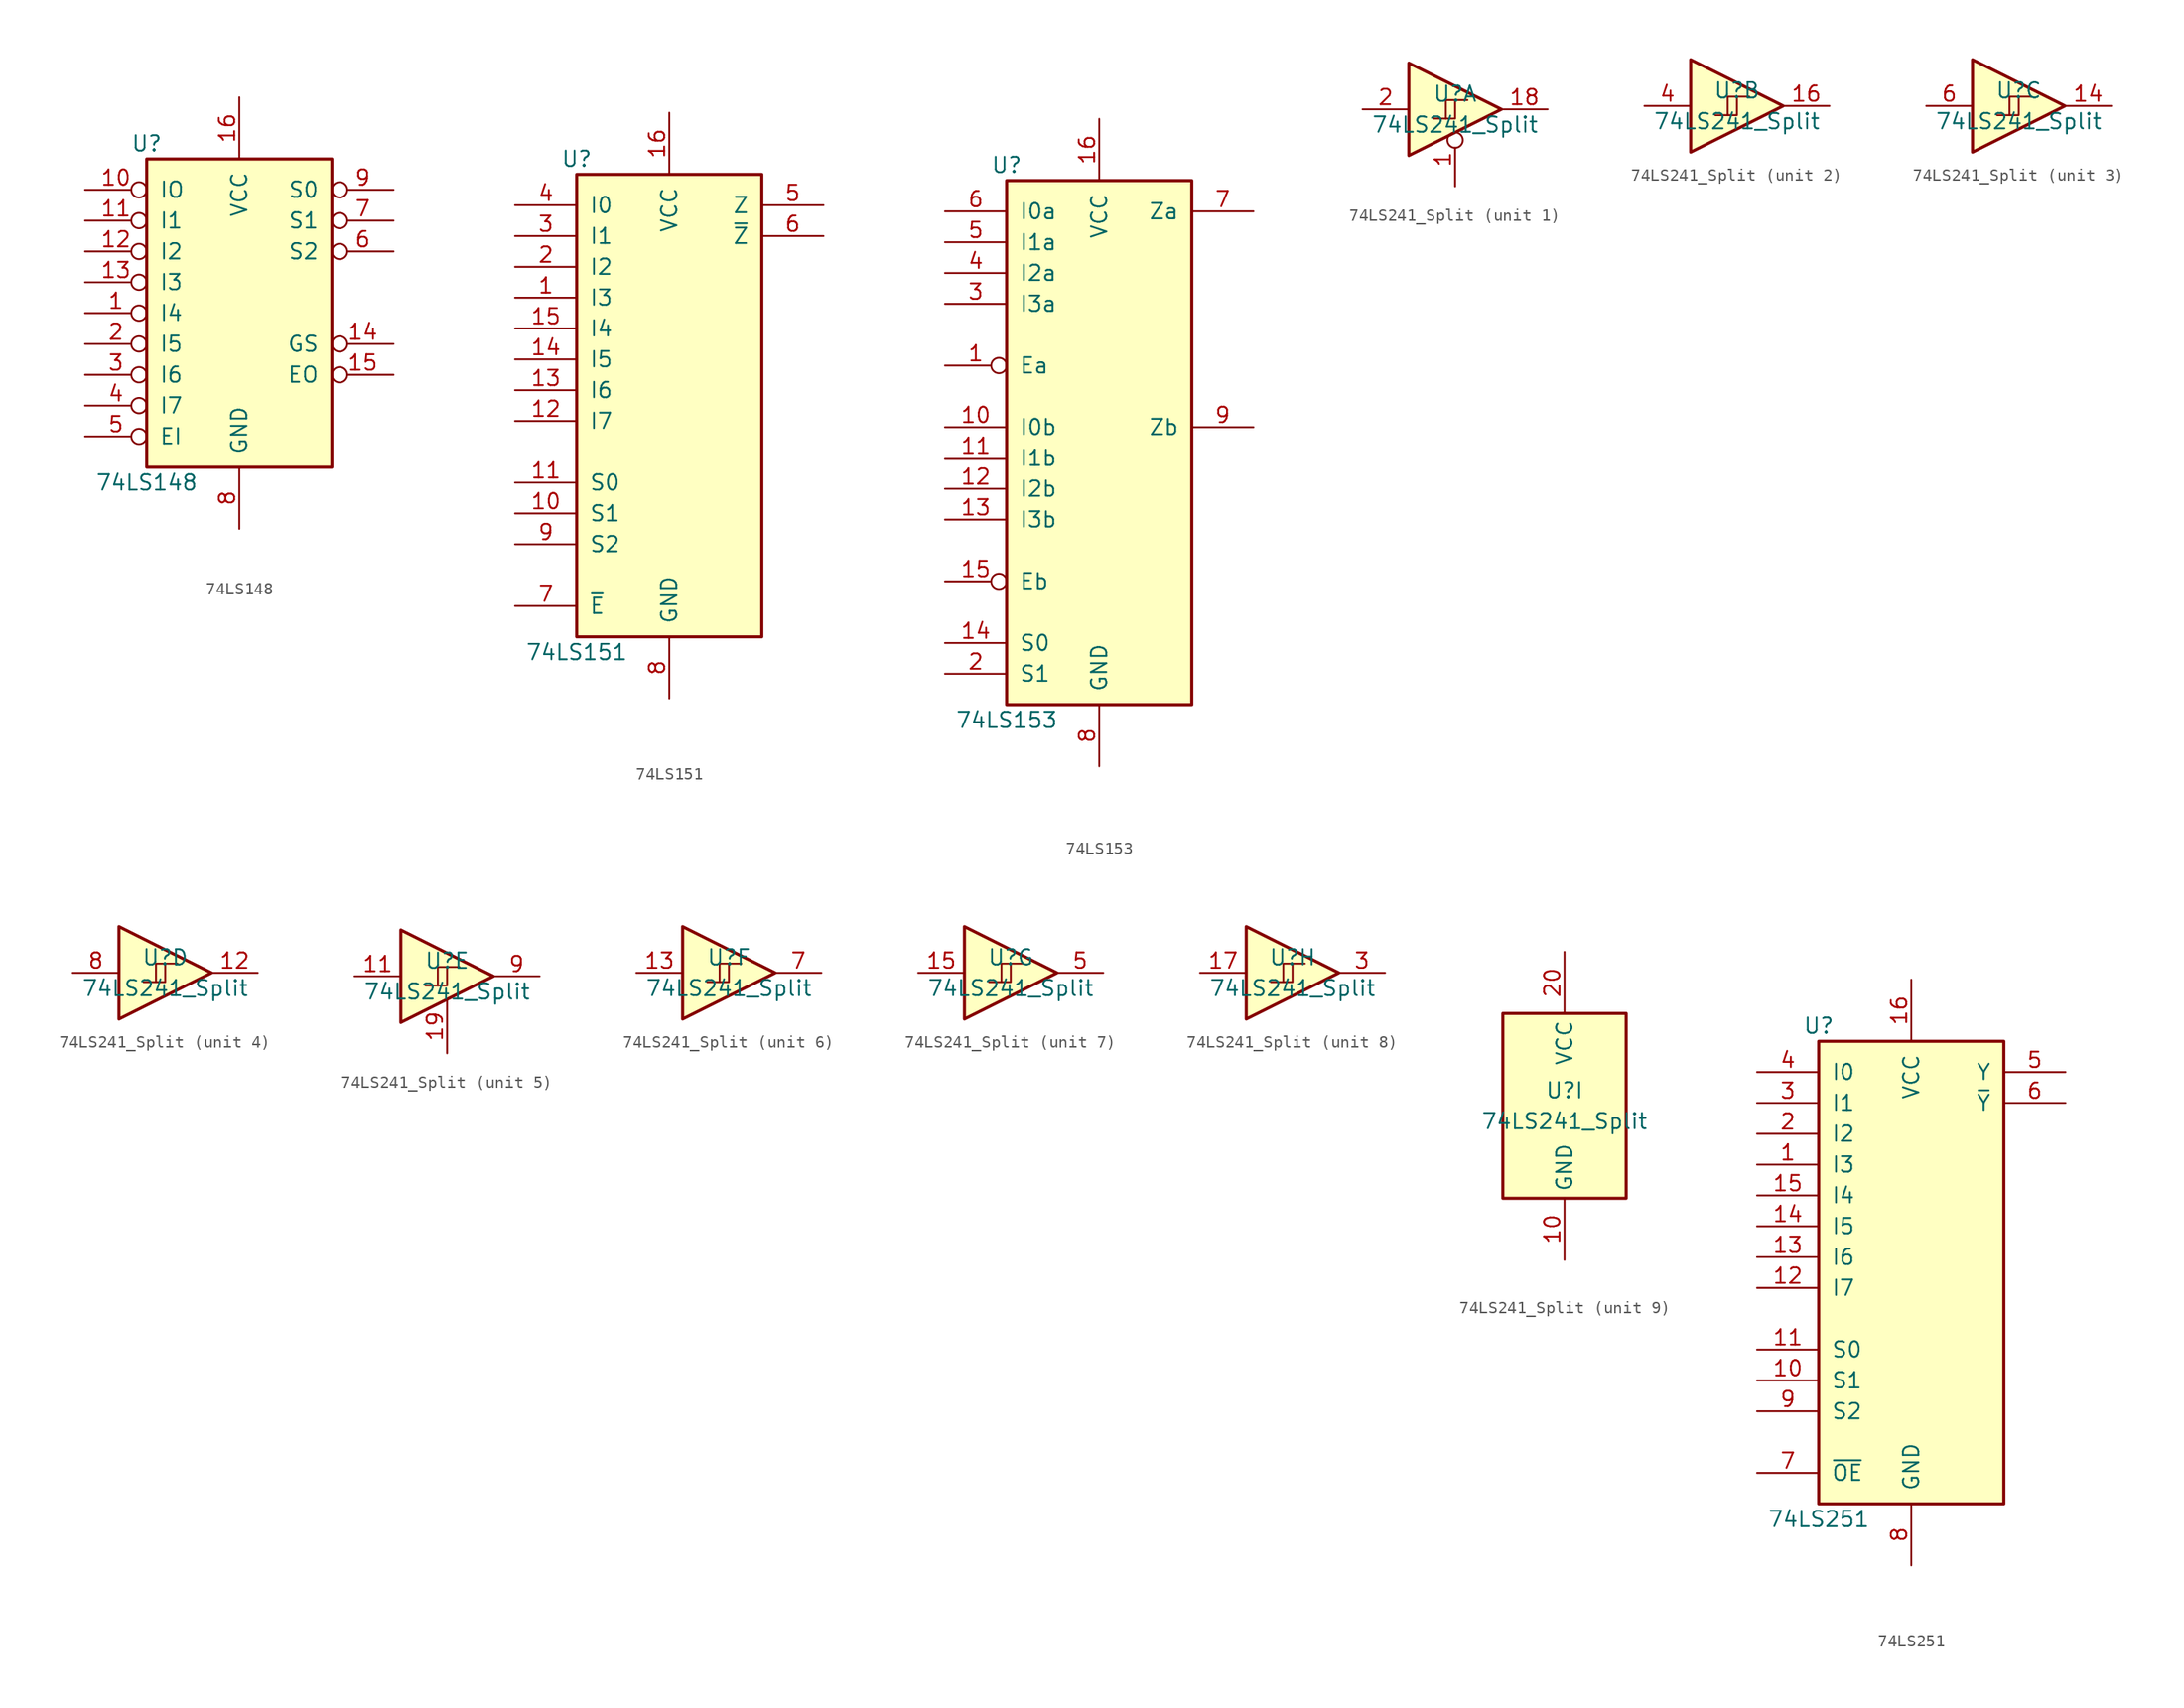
<source format=kicad_sym>
(kicad_symbol_lib
  (version 20241209)
  (generator "kicad_symbol_editor")
  (generator_version "9.0")
  (symbol "74LS148"
    (pin_names
      (offset 1.016))
    (property "Reference" "U"
      (at -7.62 13.97 0)
      (effects (font (size 1.27 1.27))))
    (property "Value" "74LS148"
      (at -7.62 -13.97 0)
      (effects (font (size 1.27 1.27))))
    (property "ki_locked" ""
      (at 0 0 0)
      (effects (font (size 1.27 1.27))))
    (symbol "74LS148_1_0"
      (pin input inverted (at -12.7 10.16 0) (length 5.08) (name "IO" (effects (font (size 1.27 1.27)))) (number "10" (effects (font (size 1.27 1.27)))))
      (pin input inverted (at -12.7 7.62 0) (length 5.08) (name "I1" (effects (font (size 1.27 1.27)))) (number "11" (effects (font (size 1.27 1.27)))))
      (pin input inverted (at -12.7 5.08 0) (length 5.08) (name "I2" (effects (font (size 1.27 1.27)))) (number "12" (effects (font (size 1.27 1.27)))))
      (pin input inverted (at -12.7 2.54 0) (length 5.08) (name "I3" (effects (font (size 1.27 1.27)))) (number "13" (effects (font (size 1.27 1.27)))))
      (pin input inverted (at -12.7 0 0) (length 5.08) (name "I4" (effects (font (size 1.27 1.27)))) (number "1" (effects (font (size 1.27 1.27)))))
      (pin input inverted (at -12.7 -2.54 0) (length 5.08) (name "I5" (effects (font (size 1.27 1.27)))) (number "2" (effects (font (size 1.27 1.27)))))
      (pin input inverted (at -12.7 -5.08 0) (length 5.08) (name "I6" (effects (font (size 1.27 1.27)))) (number "3" (effects (font (size 1.27 1.27)))))
      (pin input inverted (at -12.7 -7.62 0) (length 5.08) (name "I7" (effects (font (size 1.27 1.27)))) (number "4" (effects (font (size 1.27 1.27)))))
      (pin input inverted (at -12.7 -10.16 0) (length 5.08) (name "EI" (effects (font (size 1.27 1.27)))) (number "5" (effects (font (size 1.27 1.27)))))
      (pin power_in line (at 0 17.78 270) (length 5.08) (name "VCC" (effects (font (size 1.27 1.27)))) (number "16" (effects (font (size 1.27 1.27)))))
      (pin power_in line (at 0 -17.78 90) (length 5.08) (name "GND" (effects (font (size 1.27 1.27)))) (number "8" (effects (font (size 1.27 1.27)))))
      (pin output inverted (at 12.7 10.16 180) (length 5.08) (name "S0" (effects (font (size 1.27 1.27)))) (number "9" (effects (font (size 1.27 1.27)))))
      (pin output inverted (at 12.7 7.62 180) (length 5.08) (name "S1" (effects (font (size 1.27 1.27)))) (number "7" (effects (font (size 1.27 1.27)))))
      (pin output inverted (at 12.7 5.08 180) (length 5.08) (name "S2" (effects (font (size 1.27 1.27)))) (number "6" (effects (font (size 1.27 1.27)))))
      (pin output inverted (at 12.7 -2.54 180) (length 5.08) (name "GS" (effects (font (size 1.27 1.27)))) (number "14" (effects (font (size 1.27 1.27)))))
      (pin output inverted (at 12.7 -5.08 180) (length 5.08) (name "EO" (effects (font (size 1.27 1.27)))) (number "15" (effects (font (size 1.27 1.27))))))
    (symbol "74LS148_1_1"
      (rectangle (start -7.62 12.7) (end 7.62 -12.7) (stroke (width 0.254) (type solid)) (fill (type background)))))
  (symbol "74LS151"
    (pin_names
      (offset 1.016))
    (property "Reference" "U"
      (at -7.62 19.05 0)
      (effects (font (size 1.27 1.27))))
    (property "Value" "74LS151"
      (at -7.62 -21.59 0)
      (effects (font (size 1.27 1.27))))
    (property "ki_locked" ""
      (at 0 0 0)
      (effects (font (size 1.27 1.27))))
    (symbol "74LS151_1_0"
      (pin input line (at -12.7 15.24 0) (length 5.08) (name "I0" (effects (font (size 1.27 1.27)))) (number "4" (effects (font (size 1.27 1.27)))))
      (pin input line (at -12.7 12.7 0) (length 5.08) (name "I1" (effects (font (size 1.27 1.27)))) (number "3" (effects (font (size 1.27 1.27)))))
      (pin input line (at -12.7 10.16 0) (length 5.08) (name "I2" (effects (font (size 1.27 1.27)))) (number "2" (effects (font (size 1.27 1.27)))))
      (pin input line (at -12.7 7.62 0) (length 5.08) (name "I3" (effects (font (size 1.27 1.27)))) (number "1" (effects (font (size 1.27 1.27)))))
      (pin input line (at -12.7 5.08 0) (length 5.08) (name "I4" (effects (font (size 1.27 1.27)))) (number "15" (effects (font (size 1.27 1.27)))))
      (pin input line (at -12.7 2.54 0) (length 5.08) (name "I5" (effects (font (size 1.27 1.27)))) (number "14" (effects (font (size 1.27 1.27)))))
      (pin input line (at -12.7 0 0) (length 5.08) (name "I6" (effects (font (size 1.27 1.27)))) (number "13" (effects (font (size 1.27 1.27)))))
      (pin input line (at -12.7 -2.54 0) (length 5.08) (name "I7" (effects (font (size 1.27 1.27)))) (number "12" (effects (font (size 1.27 1.27)))))
      (pin input line (at -12.7 -7.62 0) (length 5.08) (name "S0" (effects (font (size 1.27 1.27)))) (number "11" (effects (font (size 1.27 1.27)))))
      (pin input line (at -12.7 -10.16 0) (length 5.08) (name "S1" (effects (font (size 1.27 1.27)))) (number "10" (effects (font (size 1.27 1.27)))))
      (pin input line (at -12.7 -12.7 0) (length 5.08) (name "S2" (effects (font (size 1.27 1.27)))) (number "9" (effects (font (size 1.27 1.27)))))
      (pin input line (at -12.7 -17.78 0) (length 5.08) (name "~{E}" (effects (font (size 1.27 1.27)))) (number "7" (effects (font (size 1.27 1.27)))))
      (pin power_in line (at 0 22.86 270) (length 5.08) (name "VCC" (effects (font (size 1.27 1.27)))) (number "16" (effects (font (size 1.27 1.27)))))
      (pin power_in line (at 0 -25.4 90) (length 5.08) (name "GND" (effects (font (size 1.27 1.27)))) (number "8" (effects (font (size 1.27 1.27)))))
      (pin output line (at 12.7 15.24 180) (length 5.08) (name "Z" (effects (font (size 1.27 1.27)))) (number "5" (effects (font (size 1.27 1.27)))))
      (pin output line (at 12.7 12.7 180) (length 5.08) (name "~{Z}" (effects (font (size 1.27 1.27)))) (number "6" (effects (font (size 1.27 1.27))))))
    (symbol "74LS151_1_1"
      (rectangle (start -7.62 17.78) (end 7.62 -20.32) (stroke (width 0.254) (type solid)) (fill (type background)))))
  (symbol "74LS153"
    (pin_names
      (offset 1.016))
    (property "Reference" "U"
      (at -7.62 21.59 0)
      (effects (font (size 1.27 1.27))))
    (property "Value" "74LS153"
      (at -7.62 -24.13 0)
      (effects (font (size 1.27 1.27))))
    (property "ki_locked" ""
      (at 0 0 0)
      (effects (font (size 1.27 1.27))))
    (symbol "74LS153_1_0"
      (pin input line (at -12.7 17.78 0) (length 5.08) (name "I0a" (effects (font (size 1.27 1.27)))) (number "6" (effects (font (size 1.27 1.27)))))
      (pin input line (at -12.7 15.24 0) (length 5.08) (name "I1a" (effects (font (size 1.27 1.27)))) (number "5" (effects (font (size 1.27 1.27)))))
      (pin input line (at -12.7 12.7 0) (length 5.08) (name "I2a" (effects (font (size 1.27 1.27)))) (number "4" (effects (font (size 1.27 1.27)))))
      (pin input line (at -12.7 10.16 0) (length 5.08) (name "I3a" (effects (font (size 1.27 1.27)))) (number "3" (effects (font (size 1.27 1.27)))))
      (pin input inverted (at -12.7 5.08 0) (length 5.08) (name "Ea" (effects (font (size 1.27 1.27)))) (number "1" (effects (font (size 1.27 1.27)))))
      (pin input line (at -12.7 0 0) (length 5.08) (name "I0b" (effects (font (size 1.27 1.27)))) (number "10" (effects (font (size 1.27 1.27)))))
      (pin input line (at -12.7 -2.54 0) (length 5.08) (name "I1b" (effects (font (size 1.27 1.27)))) (number "11" (effects (font (size 1.27 1.27)))))
      (pin input line (at -12.7 -5.08 0) (length 5.08) (name "I2b" (effects (font (size 1.27 1.27)))) (number "12" (effects (font (size 1.27 1.27)))))
      (pin input line (at -12.7 -7.62 0) (length 5.08) (name "I3b" (effects (font (size 1.27 1.27)))) (number "13" (effects (font (size 1.27 1.27)))))
      (pin input inverted (at -12.7 -12.7 0) (length 5.08) (name "Eb" (effects (font (size 1.27 1.27)))) (number "15" (effects (font (size 1.27 1.27)))))
      (pin input line (at -12.7 -17.78 0) (length 5.08) (name "S0" (effects (font (size 1.27 1.27)))) (number "14" (effects (font (size 1.27 1.27)))))
      (pin input line (at -12.7 -20.32 0) (length 5.08) (name "S1" (effects (font (size 1.27 1.27)))) (number "2" (effects (font (size 1.27 1.27)))))
      (pin power_in line (at 0 25.4 270) (length 5.08) (name "VCC" (effects (font (size 1.27 1.27)))) (number "16" (effects (font (size 1.27 1.27)))))
      (pin power_in line (at 0 -27.94 90) (length 5.08) (name "GND" (effects (font (size 1.27 1.27)))) (number "8" (effects (font (size 1.27 1.27)))))
      (pin output line (at 12.7 17.78 180) (length 5.08) (name "Za" (effects (font (size 1.27 1.27)))) (number "7" (effects (font (size 1.27 1.27)))))
      (pin output line (at 12.7 0 180) (length 5.08) (name "Zb" (effects (font (size 1.27 1.27)))) (number "9" (effects (font (size 1.27 1.27))))))
    (symbol "74LS153_1_1"
      (rectangle (start -7.62 20.32) (end 7.62 -22.86) (stroke (width 0.254) (type solid)) (fill (type background)))))
  (symbol "74LS241_Split"
    (property "Reference" "U"
      (at 0 1.27 0)
      (effects (font (size 1.27 1.27))))
    (property "Value" "74LS241_Split"
      (at 0 -1.27 0)
      (effects (font (size 1.27 1.27))))
    (property "ki_locked" ""
      (at 0 0 0)
      (effects (font (size 1.27 1.27))))
    (symbol "74LS241_Split_1_0"
      (polyline (pts (xy -3.81 3.81) (xy -3.81 -3.81) (xy 3.81 0) (xy -3.81 3.81)) (stroke (width 0.254) (type solid)) (fill (type background)))
      (pin input line (at -7.62 0 0) (length 3.81) (name "~" (effects (font (size 1.27 1.27)))) (number "2" (effects (font (size 1.27 1.27)))))
      (pin input inverted (at 0 -6.35 90) (length 4.445) (name "~" (effects (font (size 1.27 1.27)))) (number "1" (effects (font (size 1.27 1.27)))))
      (pin tri_state line (at 7.62 0 180) (length 3.81) (name "~" (effects (font (size 1.27 1.27)))) (number "18" (effects (font (size 1.27 1.27))))))
    (symbol "74LS241_Split_1_1"
      (polyline (pts (xy 0 0.762) (xy 0 -0.762) (xy -1.778 -0.762)) (stroke (width 0) (type solid)) (fill (type none)))
      (polyline (pts (xy 1.016 0.762) (xy -0.762 0.762) (xy -0.762 -0.762)) (stroke (width 0) (type solid)) (fill (type none))))
    (symbol "74LS241_Split_2_0"
      (polyline (pts (xy -3.81 3.81) (xy -3.81 -3.81) (xy 3.81 0) (xy -3.81 3.81)) (stroke (width 0.254) (type solid)) (fill (type background)))
      (pin input line (at -7.62 0 0) (length 3.81) (name "~" (effects (font (size 1.27 1.27)))) (number "4" (effects (font (size 1.27 1.27)))))
      (pin tri_state line (at 7.62 0 180) (length 3.81) (name "~" (effects (font (size 1.27 1.27)))) (number "16" (effects (font (size 1.27 1.27))))))
    (symbol "74LS241_Split_2_1"
      (polyline (pts (xy 0 0.762) (xy 0 -0.762) (xy -1.778 -0.762)) (stroke (width 0) (type solid)) (fill (type none)))
      (polyline (pts (xy 1.016 0.762) (xy -0.762 0.762) (xy -0.762 -0.762)) (stroke (width 0) (type solid)) (fill (type none))))
    (symbol "74LS241_Split_3_0"
      (polyline (pts (xy -3.81 3.81) (xy -3.81 -3.81) (xy 3.81 0) (xy -3.81 3.81)) (stroke (width 0.254) (type solid)) (fill (type background)))
      (pin input line (at -7.62 0 0) (length 3.81) (name "~" (effects (font (size 1.27 1.27)))) (number "6" (effects (font (size 1.27 1.27)))))
      (pin tri_state line (at 7.62 0 180) (length 3.81) (name "~" (effects (font (size 1.27 1.27)))) (number "14" (effects (font (size 1.27 1.27))))))
    (symbol "74LS241_Split_3_1"
      (polyline (pts (xy 0 0.762) (xy 0 -0.762) (xy -1.778 -0.762)) (stroke (width 0) (type solid)) (fill (type none)))
      (polyline (pts (xy 1.016 0.762) (xy -0.762 0.762) (xy -0.762 -0.762)) (stroke (width 0) (type solid)) (fill (type none))))
    (symbol "74LS241_Split_4_0"
      (polyline (pts (xy -3.81 3.81) (xy -3.81 -3.81) (xy 3.81 0) (xy -3.81 3.81)) (stroke (width 0.254) (type solid)) (fill (type background)))
      (pin input line (at -7.62 0 0) (length 3.81) (name "~" (effects (font (size 1.27 1.27)))) (number "8" (effects (font (size 1.27 1.27)))))
      (pin tri_state line (at 7.62 0 180) (length 3.81) (name "~" (effects (font (size 1.27 1.27)))) (number "12" (effects (font (size 1.27 1.27))))))
    (symbol "74LS241_Split_4_1"
      (polyline (pts (xy 0 0.762) (xy 0 -0.762) (xy -1.778 -0.762)) (stroke (width 0) (type solid)) (fill (type none)))
      (polyline (pts (xy 1.016 0.762) (xy -0.762 0.762) (xy -0.762 -0.762)) (stroke (width 0) (type solid)) (fill (type none))))
    (symbol "74LS241_Split_5_0"
      (polyline (pts (xy -3.81 3.81) (xy -3.81 -3.81) (xy 3.81 0) (xy -3.81 3.81)) (stroke (width 0.254) (type solid)) (fill (type background)))
      (pin input line (at -7.62 0 0) (length 3.81) (name "~" (effects (font (size 1.27 1.27)))) (number "11" (effects (font (size 1.27 1.27)))))
      (pin input line (at 0 -6.35 90) (length 4.445) (name "~" (effects (font (size 1.27 1.27)))) (number "19" (effects (font (size 1.27 1.27)))))
      (pin tri_state line (at 7.62 0 180) (length 3.81) (name "~" (effects (font (size 1.27 1.27)))) (number "9" (effects (font (size 1.27 1.27))))))
    (symbol "74LS241_Split_5_1"
      (polyline (pts (xy 0 0.762) (xy 0 -0.762) (xy -1.778 -0.762)) (stroke (width 0) (type solid)) (fill (type none)))
      (polyline (pts (xy 1.016 0.762) (xy -0.762 0.762) (xy -0.762 -0.762)) (stroke (width 0) (type solid)) (fill (type none))))
    (symbol "74LS241_Split_6_0"
      (polyline (pts (xy -3.81 3.81) (xy -3.81 -3.81) (xy 3.81 0) (xy -3.81 3.81)) (stroke (width 0.254) (type solid)) (fill (type background)))
      (pin input line (at -7.62 0 0) (length 3.81) (name "~" (effects (font (size 1.27 1.27)))) (number "13" (effects (font (size 1.27 1.27)))))
      (pin tri_state line (at 7.62 0 180) (length 3.81) (name "~" (effects (font (size 1.27 1.27)))) (number "7" (effects (font (size 1.27 1.27))))))
    (symbol "74LS241_Split_6_1"
      (polyline (pts (xy 0 0.762) (xy 0 -0.762) (xy -1.778 -0.762)) (stroke (width 0) (type solid)) (fill (type none)))
      (polyline (pts (xy 1.016 0.762) (xy -0.762 0.762) (xy -0.762 -0.762)) (stroke (width 0) (type solid)) (fill (type none))))
    (symbol "74LS241_Split_7_0"
      (polyline (pts (xy -3.81 3.81) (xy -3.81 -3.81) (xy 3.81 0) (xy -3.81 3.81)) (stroke (width 0.254) (type solid)) (fill (type background)))
      (pin input line (at -7.62 0 0) (length 3.81) (name "~" (effects (font (size 1.27 1.27)))) (number "15" (effects (font (size 1.27 1.27)))))
      (pin tri_state line (at 7.62 0 180) (length 3.81) (name "~" (effects (font (size 1.27 1.27)))) (number "5" (effects (font (size 1.27 1.27))))))
    (symbol "74LS241_Split_7_1"
      (polyline (pts (xy 0 0.762) (xy 0 -0.762) (xy -1.778 -0.762)) (stroke (width 0) (type solid)) (fill (type none)))
      (polyline (pts (xy 1.016 0.762) (xy -0.762 0.762) (xy -0.762 -0.762)) (stroke (width 0) (type solid)) (fill (type none))))
    (symbol "74LS241_Split_8_0"
      (polyline (pts (xy -3.81 3.81) (xy -3.81 -3.81) (xy 3.81 0) (xy -3.81 3.81)) (stroke (width 0.254) (type solid)) (fill (type background)))
      (pin input line (at -7.62 0 0) (length 3.81) (name "~" (effects (font (size 1.27 1.27)))) (number "17" (effects (font (size 1.27 1.27)))))
      (pin tri_state line (at 7.62 0 180) (length 3.81) (name "~" (effects (font (size 1.27 1.27)))) (number "3" (effects (font (size 1.27 1.27))))))
    (symbol "74LS241_Split_8_1"
      (polyline (pts (xy 0 0.762) (xy 0 -0.762) (xy -1.778 -0.762)) (stroke (width 0) (type solid)) (fill (type none)))
      (polyline (pts (xy 1.016 0.762) (xy -0.762 0.762) (xy -0.762 -0.762)) (stroke (width 0) (type solid)) (fill (type none))))
    (symbol "74LS241_Split_9_0"
      (pin power_in line (at 0 12.7 270) (length 5.08) (name "VCC" (effects (font (size 1.27 1.27)))) (number "20" (effects (font (size 1.27 1.27)))))
      (pin power_in line (at 0 -12.7 90) (length 5.08) (name "GND" (effects (font (size 1.27 1.27)))) (number "10" (effects (font (size 1.27 1.27))))))
    (symbol "74LS241_Split_9_1"
      (rectangle (start -5.08 7.62) (end 5.08 -7.62) (stroke (width 0.254) (type solid)) (fill (type background)))))
  (symbol "74LS251"
    (pin_names
      (offset 1.016))
    (property "Reference" "U"
      (at -7.62 19.05 0)
      (effects (font (size 1.27 1.27))))
    (property "Value" "74LS251"
      (at -7.62 -21.59 0)
      (effects (font (size 1.27 1.27))))
    (property "ki_locked" ""
      (at 0 0 0)
      (effects (font (size 1.27 1.27))))
    (symbol "74LS251_1_0"
      (pin input line (at -12.7 15.24 0) (length 5.08) (name "I0" (effects (font (size 1.27 1.27)))) (number "4" (effects (font (size 1.27 1.27)))))
      (pin input line (at -12.7 12.7 0) (length 5.08) (name "I1" (effects (font (size 1.27 1.27)))) (number "3" (effects (font (size 1.27 1.27)))))
      (pin input line (at -12.7 10.16 0) (length 5.08) (name "I2" (effects (font (size 1.27 1.27)))) (number "2" (effects (font (size 1.27 1.27)))))
      (pin input line (at -12.7 7.62 0) (length 5.08) (name "I3" (effects (font (size 1.27 1.27)))) (number "1" (effects (font (size 1.27 1.27)))))
      (pin input line (at -12.7 5.08 0) (length 5.08) (name "I4" (effects (font (size 1.27 1.27)))) (number "15" (effects (font (size 1.27 1.27)))))
      (pin input line (at -12.7 2.54 0) (length 5.08) (name "I5" (effects (font (size 1.27 1.27)))) (number "14" (effects (font (size 1.27 1.27)))))
      (pin input line (at -12.7 0 0) (length 5.08) (name "I6" (effects (font (size 1.27 1.27)))) (number "13" (effects (font (size 1.27 1.27)))))
      (pin input line (at -12.7 -2.54 0) (length 5.08) (name "I7" (effects (font (size 1.27 1.27)))) (number "12" (effects (font (size 1.27 1.27)))))
      (pin input line (at -12.7 -7.62 0) (length 5.08) (name "S0" (effects (font (size 1.27 1.27)))) (number "11" (effects (font (size 1.27 1.27)))))
      (pin input line (at -12.7 -10.16 0) (length 5.08) (name "S1" (effects (font (size 1.27 1.27)))) (number "10" (effects (font (size 1.27 1.27)))))
      (pin input line (at -12.7 -12.7 0) (length 5.08) (name "S2" (effects (font (size 1.27 1.27)))) (number "9" (effects (font (size 1.27 1.27)))))
      (pin input line (at -12.7 -17.78 0) (length 5.08) (name "~{OE}" (effects (font (size 1.27 1.27)))) (number "7" (effects (font (size 1.27 1.27)))))
      (pin power_in line (at 0 22.86 270) (length 5.08) (name "VCC" (effects (font (size 1.27 1.27)))) (number "16" (effects (font (size 1.27 1.27)))))
      (pin power_in line (at 0 -25.4 90) (length 5.08) (name "GND" (effects (font (size 1.27 1.27)))) (number "8" (effects (font (size 1.27 1.27)))))
      (pin tri_state line (at 12.7 15.24 180) (length 5.08) (name "Y" (effects (font (size 1.27 1.27)))) (number "5" (effects (font (size 1.27 1.27)))))
      (pin tri_state line (at 12.7 12.7 180) (length 5.08) (name "~{Y}" (effects (font (size 1.27 1.27)))) (number "6" (effects (font (size 1.27 1.27))))))
    (symbol "74LS251_1_1"
      (rectangle (start -7.62 17.78) (end 7.62 -20.32) (stroke (width 0.254) (type solid)) (fill (type background))))))
</source>
